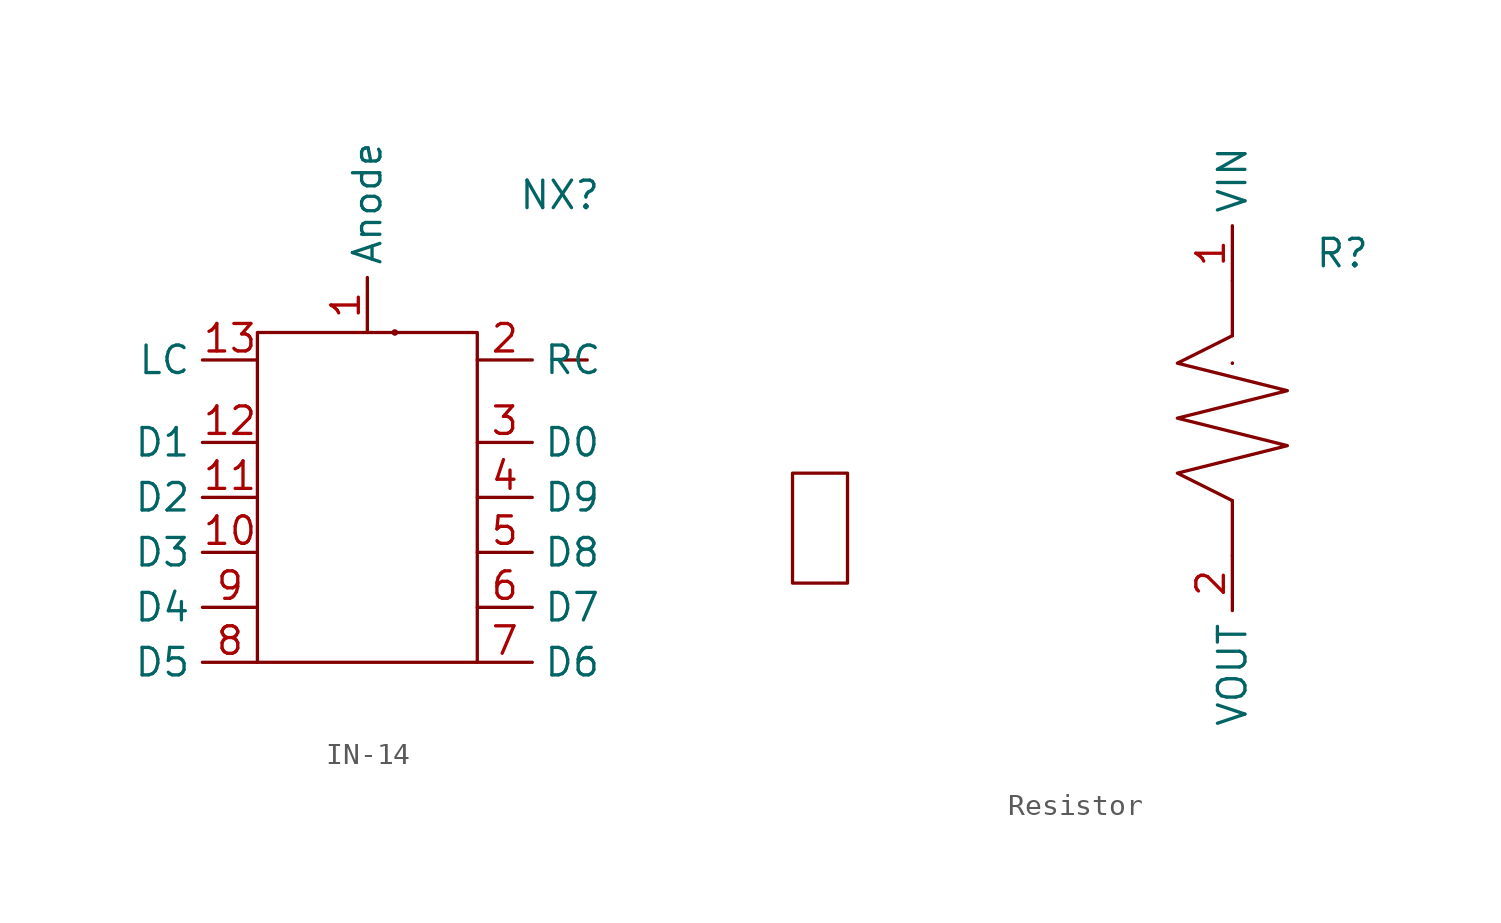
<source format=kicad_sym>
(kicad_symbol_lib
  (version 20220914)
  (generator kicad_symbol_editor)
  (symbol "IN-14"
    (property "Reference" "NX"
      (at 34.29 34.29 0)
      (effects (font (size 1.27 1.27))))
    (property "Value" ""
      (at 26.67 25.4 0)
      (effects (font (size 1.27 1.27))))
    (symbol "IN-14_0_1"
      (rectangle (start 20.32 27.94) (end 30.48 12.7) (stroke (width 0) (type default)) (fill (type none)))
      (circle (center 26.67 27.94) (radius 0.0001) (stroke (width 0) (type default)) (fill (type none)))
      (rectangle (start 34.29 26.67) (end 35.56 26.67) (stroke (width 0) (type default)) (fill (type none))))
    (symbol "IN-14_1_1"
      (pin passive line (at 25.4 27.94 90) (length 2.54) (name "Anode" (effects (font (size 1.27 1.27)))) (number "1" (effects (font (size 1.27 1.27)))))
      (pin passive line (at 20.32 17.78 180) (length 2.54) (name "D3" (effects (font (size 1.27 1.27)))) (number "10" (effects (font (size 1.27 1.27)))))
      (pin passive line (at 20.32 20.32 180) (length 2.54) (name "D2" (effects (font (size 1.27 1.27)))) (number "11" (effects (font (size 1.27 1.27)))))
      (pin passive line (at 20.32 22.86 180) (length 2.54) (name "D1" (effects (font (size 1.27 1.27)))) (number "12" (effects (font (size 1.27 1.27)))))
      (pin passive line (at 20.32 26.67 180) (length 2.54) (name "LC" (effects (font (size 1.27 1.27)))) (number "13" (effects (font (size 1.27 1.27)))))
      (pin passive line (at 30.48 26.67 0) (length 2.54) (name "RC" (effects (font (size 1.27 1.27)))) (number "2" (effects (font (size 1.27 1.27)))))
      (pin passive line (at 30.48 22.86 0) (length 2.54) (name "D0" (effects (font (size 1.27 1.27)))) (number "3" (effects (font (size 1.27 1.27)))))
      (pin passive line (at 30.48 20.32 0) (length 2.54) (name "D9" (effects (font (size 1.27 1.27)))) (number "4" (effects (font (size 1.27 1.27)))))
      (pin passive line (at 30.48 17.78 0) (length 2.54) (name "D8" (effects (font (size 1.27 1.27)))) (number "5" (effects (font (size 1.27 1.27)))))
      (pin passive line (at 30.48 15.24 0) (length 2.54) (name "D7" (effects (font (size 1.27 1.27)))) (number "6" (effects (font (size 1.27 1.27)))))
      (pin passive line (at 30.48 12.7 0) (length 2.54) (name "D6" (effects (font (size 1.27 1.27)))) (number "7" (effects (font (size 1.27 1.27)))))
      (pin passive line (at 20.32 12.7 180) (length 2.54) (name "D5" (effects (font (size 1.27 1.27)))) (number "8" (effects (font (size 1.27 1.27)))))
      (pin passive line (at 20.32 15.24 180) (length 2.54) (name "D4" (effects (font (size 1.27 1.27)))) (number "9" (effects (font (size 1.27 1.27)))))))
  (symbol "Resistor"
    (property "Reference" "R"
      (at 17.78 16.51 0)
      (effects (font (size 1.27 1.27))))
    (property "Value" ""
      (at 0 0 0)
      (effects (font (size 1.27 1.27))))
    (symbol "Resistor_0_1"
      (rectangle (start -7.62 6.35) (end -5.08 1.27) (stroke (width 0) (type default)) (fill (type none)))
      (polyline (pts (xy 12.7 5.08) (xy 12.7 2.54)) (stroke (width 0) (type default)) (fill (type none)))
      (polyline (pts (xy 12.7 12.7) (xy 12.7 15.24)) (stroke (width 0) (type default)) (fill (type none)))
      (polyline (pts (xy 12.7 12.7) (xy 10.16 11.43) (xy 15.24 10.16) (xy 10.16 8.89) (xy 15.24 7.62) (xy 10.16 6.35) (xy 12.7 5.08)) (stroke (width 0) (type default)) (fill (type none)))
      (rectangle (start 12.7 11.43) (end 12.7 11.43) (stroke (width 0) (type default)) (fill (type none)))
      (rectangle (start 12.7 11.43) (end 12.7 11.43) (stroke (width 0) (type default)) (fill (type none))))
    (symbol "Resistor_1_1"
      (pin passive line (at 12.7 15.24 90) (length 2.54) (name "VIN" (effects (font (size 1.27 1.27)))) (number "1" (effects (font (size 1.27 1.27)))))
      (pin passive line (at 12.7 2.54 270) (length 2.54) (name "VOUT" (effects (font (size 1.27 1.27)))) (number "2" (effects (font (size 1.27 1.27))))))))
</source>
